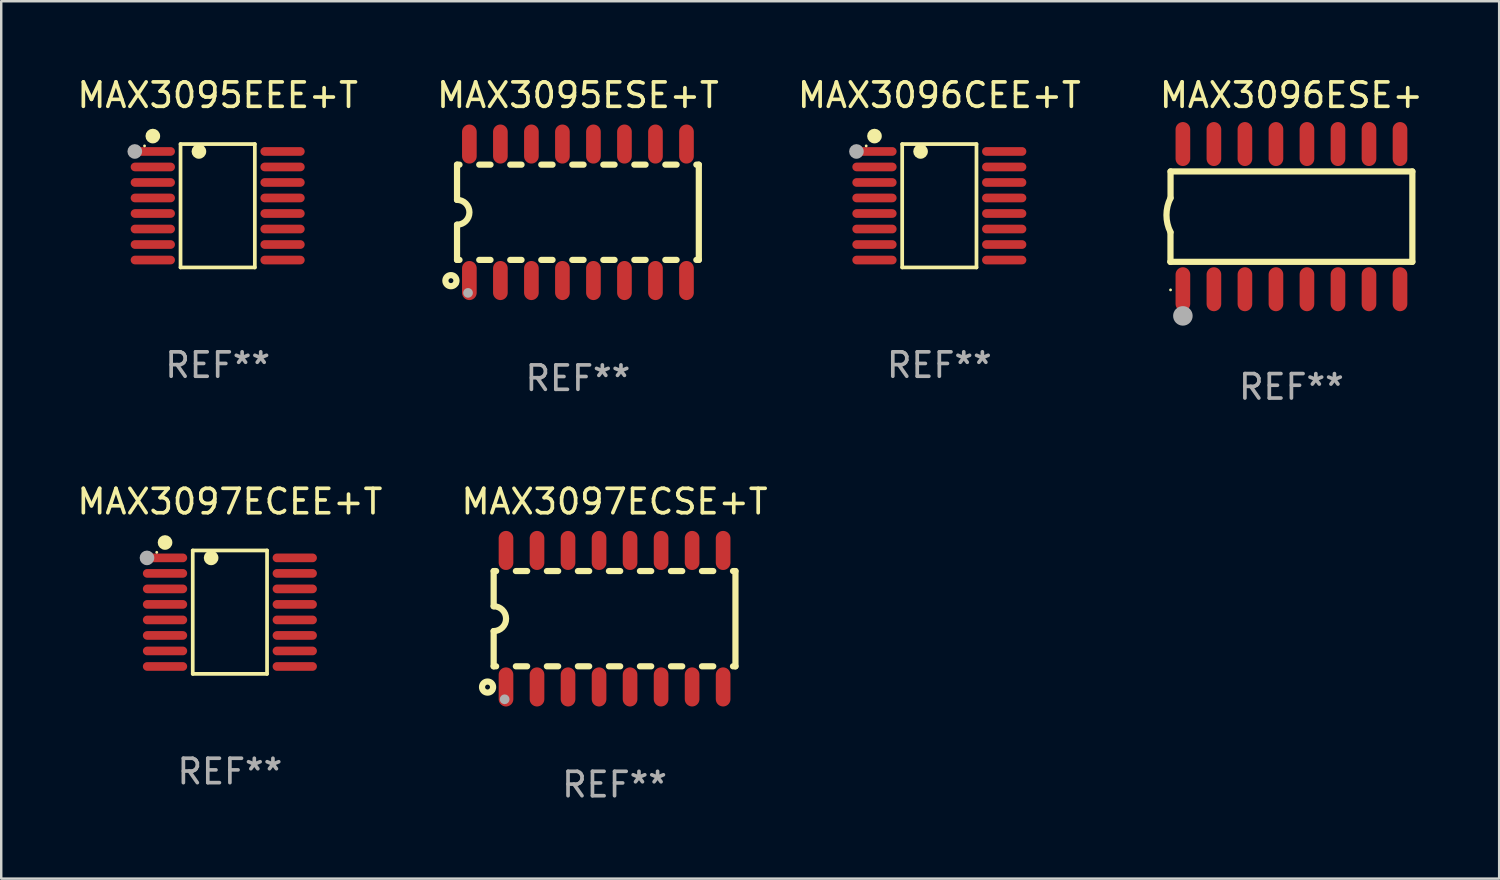
<source format=kicad_pcb>
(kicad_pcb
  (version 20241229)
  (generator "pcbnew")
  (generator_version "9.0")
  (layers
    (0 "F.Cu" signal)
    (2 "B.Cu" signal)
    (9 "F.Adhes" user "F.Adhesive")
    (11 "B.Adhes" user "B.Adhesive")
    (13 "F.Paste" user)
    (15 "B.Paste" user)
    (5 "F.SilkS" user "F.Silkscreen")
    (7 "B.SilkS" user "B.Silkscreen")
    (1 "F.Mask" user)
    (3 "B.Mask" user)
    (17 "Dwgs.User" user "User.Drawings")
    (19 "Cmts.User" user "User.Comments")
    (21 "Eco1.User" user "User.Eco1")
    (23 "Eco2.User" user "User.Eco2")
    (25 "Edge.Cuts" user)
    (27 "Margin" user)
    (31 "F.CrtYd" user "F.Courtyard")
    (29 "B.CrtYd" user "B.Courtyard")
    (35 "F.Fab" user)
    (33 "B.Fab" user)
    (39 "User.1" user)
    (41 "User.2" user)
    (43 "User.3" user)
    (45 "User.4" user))
  (footprint "MAX3096ESE+"
    (layer "F.Cu")
    (at 49.827 5.82)
    (property "Reference" "MAX3096ESE+" (at 0 -4.972 0) (layer "F.SilkS") (effects (font (size 1 1) (thickness 0.15))))
    (attr through_hole)
    (fp_line (start -4.952 0.635) (end -4.952 1.85) (stroke (width 0.254) (type solid)) (layer "F.SilkS"))
    (fp_line (start -4.952 1.85) (end -4.949 1.85) (stroke (width 0.254) (type solid)) (layer "F.SilkS"))
    (fp_line (start -4.949 -1.85) (end -4.949 -0.762) (stroke (width 0.254) (type solid)) (layer "F.SilkS"))
    (fp_line (start -4.949 1.85) (end 4.952 1.85) (stroke (width 0.254) (type solid)) (layer "F.SilkS"))
    (fp_line (start 4.952 -1.85) (end -4.949 -1.85) (stroke (width 0.254) (type solid)) (layer "F.SilkS"))
    (fp_line (start 4.952 1.85) (end 4.952 -1.85) (stroke (width 0.254) (type solid)) (layer "F.SilkS"))
    (fp_arc (start -4.951524 0.635001) (mid -5.116418 -0.0635) (end -4.951524 -0.762002) (stroke (width 0.254001) (type solid)) (layer "F.SilkS"))
    (fp_circle (center -4.949 3) (end -4.919 3) (stroke (width 0.06) (type solid)) (fill no) (layer "F.SilkS"))
    (fp_circle (center -4.444 4.064) (end -4.244 4.064) (stroke (width 0.4) (type solid)) (fill no) (layer "F.Fab"))
    (fp_text user "REF**" (at 0 6.972 0) (layer "F.Fab") (effects (font (size 1 1) (thickness 0.15))))
    (pad "1" smd oval (at -4.444 2.972 180) (size 0.6 1.8) (layers "F.Cu" "F.Mask" "F.Paste"))
    (pad "2" smd oval (at -3.174 2.972 180) (size 0.6 1.8) (layers "F.Cu" "F.Mask" "F.Paste"))
    (pad "3" smd oval (at -1.904 2.972 180) (size 0.6 1.8) (layers "F.Cu" "F.Mask" "F.Paste"))
    (pad "4" smd oval (at -0.634 2.972 180) (size 0.6 1.8) (layers "F.Cu" "F.Mask" "F.Paste"))
    (pad "5" smd oval (at 0.636 2.972 180) (size 0.6 1.8) (layers "F.Cu" "F.Mask" "F.Paste"))
    (pad "6" smd oval (at 1.906 2.972 180) (size 0.6 1.8) (layers "F.Cu" "F.Mask" "F.Paste"))
    (pad "7" smd oval (at 3.176 2.972 180) (size 0.6 1.8) (layers "F.Cu" "F.Mask" "F.Paste"))
    (pad "8" smd oval (at 4.446 2.972 180) (size 0.6 1.8) (layers "F.Cu" "F.Mask" "F.Paste"))
    (pad "9" smd oval (at 4.446 -2.972 180) (size 0.6 1.8) (layers "F.Cu" "F.Mask" "F.Paste"))
    (pad "10" smd oval (at 3.176 -2.972 180) (size 0.6 1.8) (layers "F.Cu" "F.Mask" "F.Paste"))
    (pad "11" smd oval (at 1.906 -2.972 180) (size 0.6 1.8) (layers "F.Cu" "F.Mask" "F.Paste"))
    (pad "12" smd oval (at 0.636 -2.972 180) (size 0.6 1.8) (layers "F.Cu" "F.Mask" "F.Paste"))
    (pad "13" smd oval (at -0.634 -2.972 180) (size 0.6 1.8) (layers "F.Cu" "F.Mask" "F.Paste"))
    (pad "14" smd oval (at -1.904 -2.972 180) (size 0.6 1.8) (layers "F.Cu" "F.Mask" "F.Paste"))
    (pad "15" smd oval (at -3.174 -2.972 180) (size 0.6 1.8) (layers "F.Cu" "F.Mask" "F.Paste"))
    (pad "16" smd oval (at -4.444 -2.972 180) (size 0.6 1.8) (layers "F.Cu" "F.Mask" "F.Paste")))
  (footprint "MAX3097ECSE+T"
    (layer "F.Cu")
    (at 22.113 22.282)
    (property "Reference" "MAX3097ECSE+T" (at 0 -4.794 0) (layer "F.SilkS") (effects (font (size 1 1) (thickness 0.15))))
    (attr through_hole)
    (fp_line (start -4.95 -1.95) (end -4.95 -0.508) (stroke (width 0.254) (type solid)) (layer "F.SilkS"))
    (fp_line (start -4.95 -1.95) (end -4.849 -1.95) (stroke (width 0.254) (type solid)) (layer "F.SilkS"))
    (fp_line (start -4.95 1.95) (end -4.95 0.508) (stroke (width 0.254) (type solid)) (layer "F.SilkS"))
    (fp_line (start -4.95 1.95) (end -4.849 1.95) (stroke (width 0.254) (type solid)) (layer "F.SilkS"))
    (fp_line (start -4.041 -1.95) (end -3.579 -1.95) (stroke (width 0.254) (type solid)) (layer "F.SilkS"))
    (fp_line (start -4.041 1.95) (end -3.579 1.95) (stroke (width 0.254) (type solid)) (layer "F.SilkS"))
    (fp_line (start -2.771 -1.95) (end -2.309 -1.95) (stroke (width 0.254) (type solid)) (layer "F.SilkS"))
    (fp_line (start -2.771 1.95) (end -2.309 1.95) (stroke (width 0.254) (type solid)) (layer "F.SilkS"))
    (fp_line (start -1.501 -1.95) (end -1.039 -1.95) (stroke (width 0.254) (type solid)) (layer "F.SilkS"))
    (fp_line (start -1.501 1.95) (end -1.039 1.95) (stroke (width 0.254) (type solid)) (layer "F.SilkS"))
    (fp_line (start -0.231 -1.95) (end 0.231 -1.95) (stroke (width 0.254) (type solid)) (layer "F.SilkS"))
    (fp_line (start -0.231 1.95) (end 0.231 1.95) (stroke (width 0.254) (type solid)) (layer "F.SilkS"))
    (fp_line (start 1.039 -1.95) (end 1.501 -1.95) (stroke (width 0.254) (type solid)) (layer "F.SilkS"))
    (fp_line (start 1.039 1.95) (end 1.501 1.95) (stroke (width 0.254) (type solid)) (layer "F.SilkS"))
    (fp_line (start 2.309 -1.95) (end 2.771 -1.95) (stroke (width 0.254) (type solid)) (layer "F.SilkS"))
    (fp_line (start 2.309 1.95) (end 2.771 1.95) (stroke (width 0.254) (type solid)) (layer "F.SilkS"))
    (fp_line (start 3.579 -1.95) (end 4.041 -1.95) (stroke (width 0.254) (type solid)) (layer "F.SilkS"))
    (fp_line (start 3.579 1.95) (end 4.041 1.95) (stroke (width 0.254) (type solid)) (layer "F.SilkS"))
    (fp_line (start 4.849 -1.95) (end 4.95 -1.95) (stroke (width 0.254) (type solid)) (layer "F.SilkS"))
    (fp_line (start 4.849 1.95) (end 4.95 1.95) (stroke (width 0.254) (type solid)) (layer "F.SilkS"))
    (fp_line (start 4.95 -1.95) (end 4.95 1.95) (stroke (width 0.254) (type solid)) (layer "F.SilkS"))
    (fp_arc (start -4.95047 -0.508001) (mid -4.442469 -0.000228) (end -4.950013 0.508001) (stroke (width 0.254001) (type solid)) (layer "F.SilkS"))
    (fp_circle (center -5.2 2.8) (end -5.1 2.8) (stroke (width 0.254) (type solid)) (fill no) (layer "F.SilkS"))
    (fp_circle (center -4.95 2.947) (end -4.92 2.947) (stroke (width 0.06) (type solid)) (fill no) (layer "F.SilkS"))
    (fp_circle (center -4.5 3.3) (end -4.4 3.3) (stroke (width 0.2) (type solid)) (fill no) (layer "F.Fab"))
    (fp_text user "REF**" (at 0 6.794 0) (layer "F.Fab") (effects (font (size 1 1) (thickness 0.15))))
    (pad "1" smd oval (at -4.445 2.794) (size 0.6 1.6) (layers "F.Cu" "F.Mask" "F.Paste"))
    (pad "2" smd oval (at -3.175 2.794) (size 0.6 1.6) (layers "F.Cu" "F.Mask" "F.Paste"))
    (pad "3" smd oval (at -1.905 2.794) (size 0.6 1.6) (layers "F.Cu" "F.Mask" "F.Paste"))
    (pad "4" smd oval (at -0.635 2.794) (size 0.6 1.6) (layers "F.Cu" "F.Mask" "F.Paste"))
    (pad "5" smd oval (at 0.635 2.794) (size 0.6 1.6) (layers "F.Cu" "F.Mask" "F.Paste"))
    (pad "6" smd oval (at 1.905 2.794) (size 0.6 1.6) (layers "F.Cu" "F.Mask" "F.Paste"))
    (pad "7" smd oval (at 3.175 2.794) (size 0.6 1.6) (layers "F.Cu" "F.Mask" "F.Paste"))
    (pad "8" smd oval (at 4.445 2.794) (size 0.6 1.6) (layers "F.Cu" "F.Mask" "F.Paste"))
    (pad "9" smd oval (at 4.445 -2.794) (size 0.6 1.6) (layers "F.Cu" "F.Mask" "F.Paste"))
    (pad "10" smd oval (at 3.175 -2.794) (size 0.6 1.6) (layers "F.Cu" "F.Mask" "F.Paste"))
    (pad "11" smd oval (at 1.905 -2.794) (size 0.6 1.6) (layers "F.Cu" "F.Mask" "F.Paste"))
    (pad "12" smd oval (at 0.635 -2.794) (size 0.6 1.6) (layers "F.Cu" "F.Mask" "F.Paste"))
    (pad "13" smd oval (at -0.635 -2.794) (size 0.6 1.6) (layers "F.Cu" "F.Mask" "F.Paste"))
    (pad "14" smd oval (at -1.905 -2.794) (size 0.6 1.6) (layers "F.Cu" "F.Mask" "F.Paste"))
    (pad "15" smd oval (at -3.175 -2.794) (size 0.6 1.6) (layers "F.Cu" "F.Mask" "F.Paste"))
    (pad "16" smd oval (at -4.445 -2.794) (size 0.6 1.6) (layers "F.Cu" "F.Mask" "F.Paste")))
  (footprint "MAX3095EEE+T"
    (layer "F.Cu")
    (at 5.863 5.374)
    (property "Reference" "MAX3095EEE+T" (at 0 -4.526 0) (layer "F.SilkS") (effects (font (size 1 1) (thickness 0.15))))
    (attr through_hole)
    (fp_line (start -1.521 -2.526) (end 1.521 -2.526) (stroke (width 0.152) (type solid)) (layer "F.SilkS"))
    (fp_line (start -1.521 2.526) (end -1.521 -2.526) (stroke (width 0.152) (type solid)) (layer "F.SilkS"))
    (fp_line (start 1.521 -2.526) (end 1.521 2.526) (stroke (width 0.152) (type solid)) (layer "F.SilkS"))
    (fp_line (start 1.521 2.526) (end -1.521 2.526) (stroke (width 0.152) (type solid)) (layer "F.SilkS"))
    (fp_circle (center -2.995 -2.45) (end -2.965 -2.45) (stroke (width 0.06) (type solid)) (fill no) (layer "F.SilkS"))
    (fp_circle (center -2.656 -2.853) (end -2.506 -2.853) (stroke (width 0.3) (type solid)) (fill no) (layer "F.SilkS"))
    (fp_circle (center -0.769 -2.223) (end -0.619 -2.223) (stroke (width 0.3) (type solid)) (fill no) (layer "F.SilkS"))
    (fp_circle (center -3.395 -2.223) (end -3.245 -2.223) (stroke (width 0.3) (type solid)) (fill no) (layer "F.Fab"))
    (fp_text user "REF**" (at 0 6.526 0) (layer "F.Fab") (effects (font (size 1 1) (thickness 0.15))))
    (pad "1" smd oval (at -2.656 -2.223 270) (size 0.356 1.813) (layers "F.Cu" "F.Mask" "F.Paste"))
    (pad "2" smd oval (at -2.656 -1.588 270) (size 0.356 1.813) (layers "F.Cu" "F.Mask" "F.Paste"))
    (pad "3" smd oval (at -2.656 -0.953 270) (size 0.356 1.813) (layers "F.Cu" "F.Mask" "F.Paste"))
    (pad "4" smd oval (at -2.656 -0.318 270) (size 0.356 1.813) (layers "F.Cu" "F.Mask" "F.Paste"))
    (pad "5" smd oval (at -2.656 0.318 270) (size 0.356 1.813) (layers "F.Cu" "F.Mask" "F.Paste"))
    (pad "6" smd oval (at -2.656 0.953 270) (size 0.356 1.813) (layers "F.Cu" "F.Mask" "F.Paste"))
    (pad "7" smd oval (at -2.656 1.588 270) (size 0.356 1.813) (layers "F.Cu" "F.Mask" "F.Paste"))
    (pad "8" smd oval (at -2.656 2.223 270) (size 0.356 1.813) (layers "F.Cu" "F.Mask" "F.Paste"))
    (pad "9" smd oval (at 2.656 2.223 270) (size 0.356 1.813) (layers "F.Cu" "F.Mask" "F.Paste"))
    (pad "10" smd oval (at 2.656 1.588 270) (size 0.356 1.813) (layers "F.Cu" "F.Mask" "F.Paste"))
    (pad "11" smd oval (at 2.656 0.953 270) (size 0.356 1.813) (layers "F.Cu" "F.Mask" "F.Paste"))
    (pad "12" smd oval (at 2.656 0.318 270) (size 0.356 1.813) (layers "F.Cu" "F.Mask" "F.Paste"))
    (pad "13" smd oval (at 2.656 -0.318 270) (size 0.356 1.813) (layers "F.Cu" "F.Mask" "F.Paste"))
    (pad "14" smd oval (at 2.656 -0.953 270) (size 0.356 1.813) (layers "F.Cu" "F.Mask" "F.Paste"))
    (pad "15" smd oval (at 2.656 -1.588 270) (size 0.356 1.813) (layers "F.Cu" "F.Mask" "F.Paste"))
    (pad "16" smd oval (at 2.656 -2.223 270) (size 0.356 1.813) (layers "F.Cu" "F.Mask" "F.Paste")))
  (footprint "MAX3095ESE+T"
    (layer "F.Cu")
    (at 20.613 5.642)
    (property "Reference" "MAX3095ESE+T" (at 0 -4.794 0) (layer "F.SilkS") (effects (font (size 1 1) (thickness 0.15))))
    (attr through_hole)
    (fp_line (start -4.95 -1.95) (end -4.95 -0.508) (stroke (width 0.254) (type solid)) (layer "F.SilkS"))
    (fp_line (start -4.95 -1.95) (end -4.849 -1.95) (stroke (width 0.254) (type solid)) (layer "F.SilkS"))
    (fp_line (start -4.95 1.95) (end -4.95 0.508) (stroke (width 0.254) (type solid)) (layer "F.SilkS"))
    (fp_line (start -4.95 1.95) (end -4.849 1.95) (stroke (width 0.254) (type solid)) (layer "F.SilkS"))
    (fp_line (start -4.041 -1.95) (end -3.579 -1.95) (stroke (width 0.254) (type solid)) (layer "F.SilkS"))
    (fp_line (start -4.041 1.95) (end -3.579 1.95) (stroke (width 0.254) (type solid)) (layer "F.SilkS"))
    (fp_line (start -2.771 -1.95) (end -2.309 -1.95) (stroke (width 0.254) (type solid)) (layer "F.SilkS"))
    (fp_line (start -2.771 1.95) (end -2.309 1.95) (stroke (width 0.254) (type solid)) (layer "F.SilkS"))
    (fp_line (start -1.501 -1.95) (end -1.039 -1.95) (stroke (width 0.254) (type solid)) (layer "F.SilkS"))
    (fp_line (start -1.501 1.95) (end -1.039 1.95) (stroke (width 0.254) (type solid)) (layer "F.SilkS"))
    (fp_line (start -0.231 -1.95) (end 0.231 -1.95) (stroke (width 0.254) (type solid)) (layer "F.SilkS"))
    (fp_line (start -0.231 1.95) (end 0.231 1.95) (stroke (width 0.254) (type solid)) (layer "F.SilkS"))
    (fp_line (start 1.039 -1.95) (end 1.501 -1.95) (stroke (width 0.254) (type solid)) (layer "F.SilkS"))
    (fp_line (start 1.039 1.95) (end 1.501 1.95) (stroke (width 0.254) (type solid)) (layer "F.SilkS"))
    (fp_line (start 2.309 -1.95) (end 2.771 -1.95) (stroke (width 0.254) (type solid)) (layer "F.SilkS"))
    (fp_line (start 2.309 1.95) (end 2.771 1.95) (stroke (width 0.254) (type solid)) (layer "F.SilkS"))
    (fp_line (start 3.579 -1.95) (end 4.041 -1.95) (stroke (width 0.254) (type solid)) (layer "F.SilkS"))
    (fp_line (start 3.579 1.95) (end 4.041 1.95) (stroke (width 0.254) (type solid)) (layer "F.SilkS"))
    (fp_line (start 4.849 -1.95) (end 4.95 -1.95) (stroke (width 0.254) (type solid)) (layer "F.SilkS"))
    (fp_line (start 4.849 1.95) (end 4.95 1.95) (stroke (width 0.254) (type solid)) (layer "F.SilkS"))
    (fp_line (start 4.95 -1.95) (end 4.95 1.95) (stroke (width 0.254) (type solid)) (layer "F.SilkS"))
    (fp_arc (start -4.95047 -0.508001) (mid -4.442469 -0.000228) (end -4.950013 0.508001) (stroke (width 0.254001) (type solid)) (layer "F.SilkS"))
    (fp_circle (center -5.2 2.8) (end -5.1 2.8) (stroke (width 0.254) (type solid)) (fill no) (layer "F.SilkS"))
    (fp_circle (center -4.95 2.947) (end -4.92 2.947) (stroke (width 0.06) (type solid)) (fill no) (layer "F.SilkS"))
    (fp_circle (center -4.5 3.3) (end -4.4 3.3) (stroke (width 0.2) (type solid)) (fill no) (layer "F.Fab"))
    (fp_text user "REF**" (at 0 6.794 0) (layer "F.Fab") (effects (font (size 1 1) (thickness 0.15))))
    (pad "1" smd oval (at -4.445 2.794) (size 0.6 1.6) (layers "F.Cu" "F.Mask" "F.Paste"))
    (pad "2" smd oval (at -3.175 2.794) (size 0.6 1.6) (layers "F.Cu" "F.Mask" "F.Paste"))
    (pad "3" smd oval (at -1.905 2.794) (size 0.6 1.6) (layers "F.Cu" "F.Mask" "F.Paste"))
    (pad "4" smd oval (at -0.635 2.794) (size 0.6 1.6) (layers "F.Cu" "F.Mask" "F.Paste"))
    (pad "5" smd oval (at 0.635 2.794) (size 0.6 1.6) (layers "F.Cu" "F.Mask" "F.Paste"))
    (pad "6" smd oval (at 1.905 2.794) (size 0.6 1.6) (layers "F.Cu" "F.Mask" "F.Paste"))
    (pad "7" smd oval (at 3.175 2.794) (size 0.6 1.6) (layers "F.Cu" "F.Mask" "F.Paste"))
    (pad "8" smd oval (at 4.445 2.794) (size 0.6 1.6) (layers "F.Cu" "F.Mask" "F.Paste"))
    (pad "9" smd oval (at 4.445 -2.794) (size 0.6 1.6) (layers "F.Cu" "F.Mask" "F.Paste"))
    (pad "10" smd oval (at 3.175 -2.794) (size 0.6 1.6) (layers "F.Cu" "F.Mask" "F.Paste"))
    (pad "11" smd oval (at 1.905 -2.794) (size 0.6 1.6) (layers "F.Cu" "F.Mask" "F.Paste"))
    (pad "12" smd oval (at 0.635 -2.794) (size 0.6 1.6) (layers "F.Cu" "F.Mask" "F.Paste"))
    (pad "13" smd oval (at -0.635 -2.794) (size 0.6 1.6) (layers "F.Cu" "F.Mask" "F.Paste"))
    (pad "14" smd oval (at -1.905 -2.794) (size 0.6 1.6) (layers "F.Cu" "F.Mask" "F.Paste"))
    (pad "15" smd oval (at -3.175 -2.794) (size 0.6 1.6) (layers "F.Cu" "F.Mask" "F.Paste"))
    (pad "16" smd oval (at -4.445 -2.794) (size 0.6 1.6) (layers "F.Cu" "F.Mask" "F.Paste")))
  (footprint "MAX3096CEE+T"
    (layer "F.Cu")
    (at 35.411 5.374)
    (property "Reference" "MAX3096CEE+T" (at 0 -4.526 0) (layer "F.SilkS") (effects (font (size 1 1) (thickness 0.15))))
    (attr through_hole)
    (fp_line (start -1.521 -2.526) (end 1.521 -2.526) (stroke (width 0.152) (type solid)) (layer "F.SilkS"))
    (fp_line (start -1.521 2.526) (end -1.521 -2.526) (stroke (width 0.152) (type solid)) (layer "F.SilkS"))
    (fp_line (start 1.521 -2.526) (end 1.521 2.526) (stroke (width 0.152) (type solid)) (layer "F.SilkS"))
    (fp_line (start 1.521 2.526) (end -1.521 2.526) (stroke (width 0.152) (type solid)) (layer "F.SilkS"))
    (fp_circle (center -2.995 -2.45) (end -2.965 -2.45) (stroke (width 0.06) (type solid)) (fill no) (layer "F.SilkS"))
    (fp_circle (center -2.656 -2.853) (end -2.506 -2.853) (stroke (width 0.3) (type solid)) (fill no) (layer "F.SilkS"))
    (fp_circle (center -0.769 -2.223) (end -0.619 -2.223) (stroke (width 0.3) (type solid)) (fill no) (layer "F.SilkS"))
    (fp_circle (center -3.395 -2.223) (end -3.245 -2.223) (stroke (width 0.3) (type solid)) (fill no) (layer "F.Fab"))
    (fp_text user "REF**" (at 0 6.526 0) (layer "F.Fab") (effects (font (size 1 1) (thickness 0.15))))
    (pad "1" smd oval (at -2.656 -2.223 270) (size 0.356 1.813) (layers "F.Cu" "F.Mask" "F.Paste"))
    (pad "2" smd oval (at -2.656 -1.588 270) (size 0.356 1.813) (layers "F.Cu" "F.Mask" "F.Paste"))
    (pad "3" smd oval (at -2.656 -0.953 270) (size 0.356 1.813) (layers "F.Cu" "F.Mask" "F.Paste"))
    (pad "4" smd oval (at -2.656 -0.318 270) (size 0.356 1.813) (layers "F.Cu" "F.Mask" "F.Paste"))
    (pad "5" smd oval (at -2.656 0.318 270) (size 0.356 1.813) (layers "F.Cu" "F.Mask" "F.Paste"))
    (pad "6" smd oval (at -2.656 0.953 270) (size 0.356 1.813) (layers "F.Cu" "F.Mask" "F.Paste"))
    (pad "7" smd oval (at -2.656 1.588 270) (size 0.356 1.813) (layers "F.Cu" "F.Mask" "F.Paste"))
    (pad "8" smd oval (at -2.656 2.223 270) (size 0.356 1.813) (layers "F.Cu" "F.Mask" "F.Paste"))
    (pad "9" smd oval (at 2.656 2.223 270) (size 0.356 1.813) (layers "F.Cu" "F.Mask" "F.Paste"))
    (pad "10" smd oval (at 2.656 1.588 270) (size 0.356 1.813) (layers "F.Cu" "F.Mask" "F.Paste"))
    (pad "11" smd oval (at 2.656 0.953 270) (size 0.356 1.813) (layers "F.Cu" "F.Mask" "F.Paste"))
    (pad "12" smd oval (at 2.656 0.318 270) (size 0.356 1.813) (layers "F.Cu" "F.Mask" "F.Paste"))
    (pad "13" smd oval (at 2.656 -0.318 270) (size 0.356 1.813) (layers "F.Cu" "F.Mask" "F.Paste"))
    (pad "14" smd oval (at 2.656 -0.953 270) (size 0.356 1.813) (layers "F.Cu" "F.Mask" "F.Paste"))
    (pad "15" smd oval (at 2.656 -1.588 270) (size 0.356 1.813) (layers "F.Cu" "F.Mask" "F.Paste"))
    (pad "16" smd oval (at 2.656 -2.223 270) (size 0.356 1.813) (layers "F.Cu" "F.Mask" "F.Paste")))
  (footprint "MAX3097ECEE+T"
    (layer "F.Cu")
    (at 6.363 22.015)
    (property "Reference" "MAX3097ECEE+T" (at 0 -4.526 0) (layer "F.SilkS") (effects (font (size 1 1) (thickness 0.15))))
    (attr through_hole)
    (fp_line (start -1.521 -2.526) (end 1.521 -2.526) (stroke (width 0.152) (type solid)) (layer "F.SilkS"))
    (fp_line (start -1.521 2.526) (end -1.521 -2.526) (stroke (width 0.152) (type solid)) (layer "F.SilkS"))
    (fp_line (start 1.521 -2.526) (end 1.521 2.526) (stroke (width 0.152) (type solid)) (layer "F.SilkS"))
    (fp_line (start 1.521 2.526) (end -1.521 2.526) (stroke (width 0.152) (type solid)) (layer "F.SilkS"))
    (fp_circle (center -2.995 -2.45) (end -2.965 -2.45) (stroke (width 0.06) (type solid)) (fill no) (layer "F.SilkS"))
    (fp_circle (center -2.656 -2.853) (end -2.506 -2.853) (stroke (width 0.3) (type solid)) (fill no) (layer "F.SilkS"))
    (fp_circle (center -0.769 -2.223) (end -0.619 -2.223) (stroke (width 0.3) (type solid)) (fill no) (layer "F.SilkS"))
    (fp_circle (center -3.395 -2.223) (end -3.245 -2.223) (stroke (width 0.3) (type solid)) (fill no) (layer "F.Fab"))
    (fp_text user "REF**" (at 0 6.526 0) (layer "F.Fab") (effects (font (size 1 1) (thickness 0.15))))
    (pad "1" smd oval (at -2.656 -2.223 270) (size 0.356 1.813) (layers "F.Cu" "F.Mask" "F.Paste"))
    (pad "2" smd oval (at -2.656 -1.588 270) (size 0.356 1.813) (layers "F.Cu" "F.Mask" "F.Paste"))
    (pad "3" smd oval (at -2.656 -0.953 270) (size 0.356 1.813) (layers "F.Cu" "F.Mask" "F.Paste"))
    (pad "4" smd oval (at -2.656 -0.318 270) (size 0.356 1.813) (layers "F.Cu" "F.Mask" "F.Paste"))
    (pad "5" smd oval (at -2.656 0.318 270) (size 0.356 1.813) (layers "F.Cu" "F.Mask" "F.Paste"))
    (pad "6" smd oval (at -2.656 0.953 270) (size 0.356 1.813) (layers "F.Cu" "F.Mask" "F.Paste"))
    (pad "7" smd oval (at -2.656 1.588 270) (size 0.356 1.813) (layers "F.Cu" "F.Mask" "F.Paste"))
    (pad "8" smd oval (at -2.656 2.223 270) (size 0.356 1.813) (layers "F.Cu" "F.Mask" "F.Paste"))
    (pad "9" smd oval (at 2.656 2.223 270) (size 0.356 1.813) (layers "F.Cu" "F.Mask" "F.Paste"))
    (pad "10" smd oval (at 2.656 1.588 270) (size 0.356 1.813) (layers "F.Cu" "F.Mask" "F.Paste"))
    (pad "11" smd oval (at 2.656 0.953 270) (size 0.356 1.813) (layers "F.Cu" "F.Mask" "F.Paste"))
    (pad "12" smd oval (at 2.656 0.318 270) (size 0.356 1.813) (layers "F.Cu" "F.Mask" "F.Paste"))
    (pad "13" smd oval (at 2.656 -0.318 270) (size 0.356 1.813) (layers "F.Cu" "F.Mask" "F.Paste"))
    (pad "14" smd oval (at 2.656 -0.953 270) (size 0.356 1.813) (layers "F.Cu" "F.Mask" "F.Paste"))
    (pad "15" smd oval (at 2.656 -1.588 270) (size 0.356 1.813) (layers "F.Cu" "F.Mask" "F.Paste"))
    (pad "16" smd oval (at 2.656 -2.223 270) (size 0.356 1.813) (layers "F.Cu" "F.Mask" "F.Paste")))
  (gr_rect
    (start -3 -3)
    (end 58.333 32.925)
    (stroke (width 0.1) (type default))
    (fill no)
    (layer "Edge.Cuts")))
</source>
